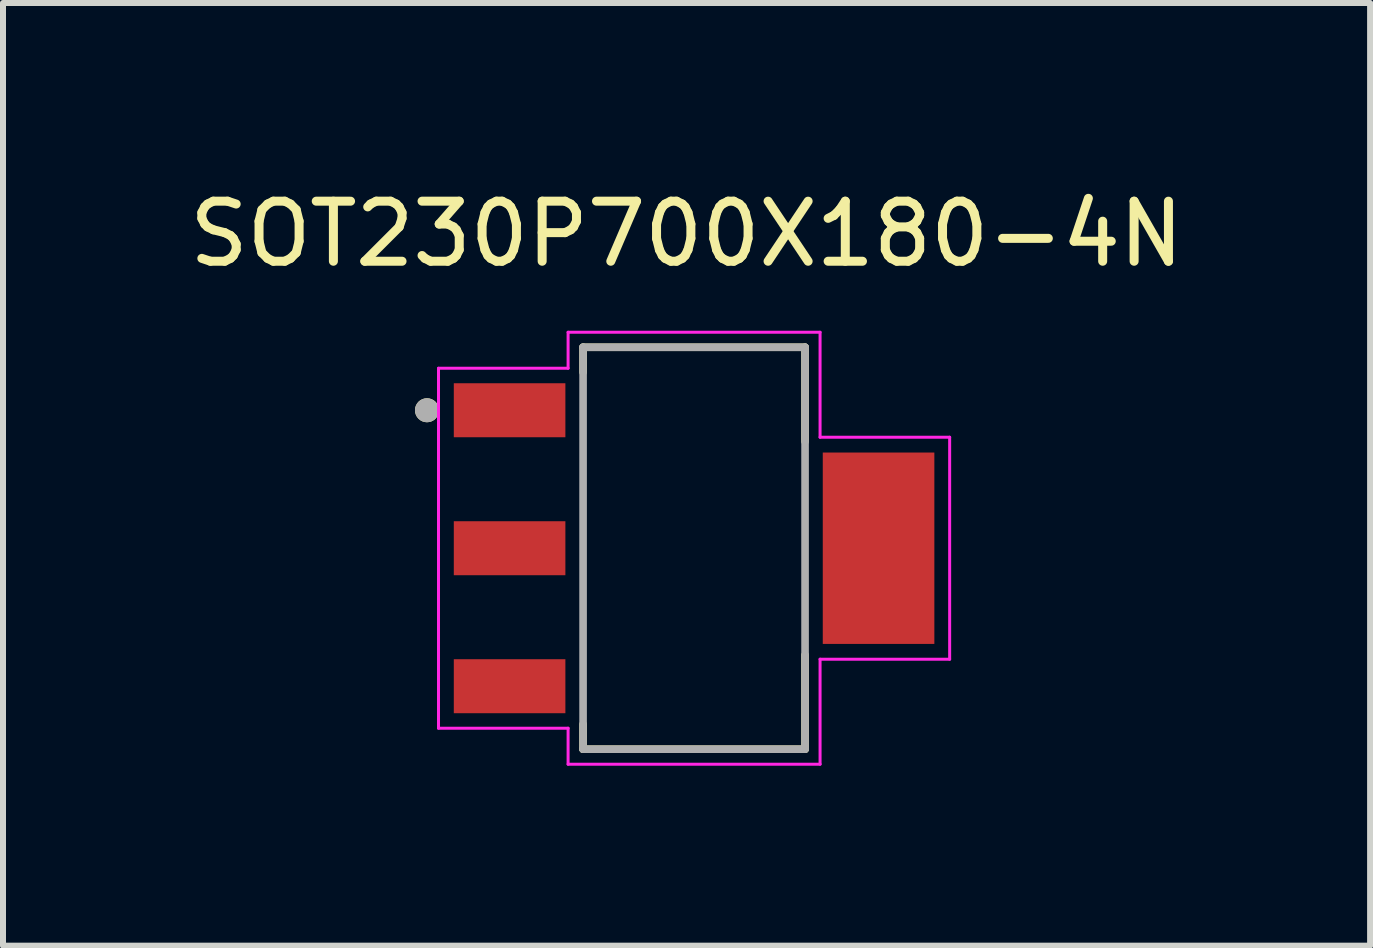
<source format=kicad_pcb>
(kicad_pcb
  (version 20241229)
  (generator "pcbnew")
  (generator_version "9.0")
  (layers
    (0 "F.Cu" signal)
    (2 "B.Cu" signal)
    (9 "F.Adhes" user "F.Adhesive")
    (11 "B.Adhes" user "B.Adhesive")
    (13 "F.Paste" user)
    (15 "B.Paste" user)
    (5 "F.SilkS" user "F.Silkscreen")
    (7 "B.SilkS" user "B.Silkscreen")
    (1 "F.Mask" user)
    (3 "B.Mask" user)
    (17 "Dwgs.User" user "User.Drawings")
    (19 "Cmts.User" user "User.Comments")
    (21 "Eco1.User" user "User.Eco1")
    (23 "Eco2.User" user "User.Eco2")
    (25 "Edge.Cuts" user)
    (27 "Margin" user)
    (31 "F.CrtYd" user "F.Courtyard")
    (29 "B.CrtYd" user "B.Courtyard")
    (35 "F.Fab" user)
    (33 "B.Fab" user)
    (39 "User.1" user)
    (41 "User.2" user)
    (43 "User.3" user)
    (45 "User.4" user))
  (footprint "SOT230P700X180-4N"
    (layer "F.Cu")
    (at 8.519 6.088)
    (property "Reference" "SOT230P700X180-4N" (at -0.125 -5.239 0) (layer "F.SilkS") (effects (font (size 1.001 1.001) (thickness 0.15))))
    (attr through_hole)
    (fp_line (start -1.85 -3.35) (end 1.85 -3.35) (stroke (width 0.127) (type solid)) (layer "F.SilkS"))
    (fp_line (start -1.85 -2.933) (end -1.85 -3.35) (stroke (width 0.127) (type solid)) (layer "F.SilkS"))
    (fp_line (start -1.85 2.933) (end -1.85 3.35) (stroke (width 0.127) (type solid)) (layer "F.SilkS"))
    (fp_line (start -1.85 3.35) (end 1.85 3.35) (stroke (width 0.127) (type solid)) (layer "F.SilkS"))
    (fp_line (start 1.85 -3.35) (end 1.85 -1.778) (stroke (width 0.127) (type solid)) (layer "F.SilkS"))
    (fp_line (start 1.85 3.35) (end 1.85 1.778) (stroke (width 0.127) (type solid)) (layer "F.SilkS"))
    (fp_circle (center -4.452 -2.3) (end -4.352 -2.3) (stroke (width 0.2) (type solid)) (fill no) (layer "F.SilkS"))
    (fp_line (start -4.26 -3) (end -4.26 3) (stroke (width 0.05) (type solid)) (layer "F.CrtYd"))
    (fp_line (start -4.26 3) (end -2.1 3) (stroke (width 0.05) (type solid)) (layer "F.CrtYd"))
    (fp_line (start -2.1 -3.6) (end -2.1 -3) (stroke (width 0.05) (type solid)) (layer "F.CrtYd"))
    (fp_line (start -2.1 -3) (end -4.26 -3) (stroke (width 0.05) (type solid)) (layer "F.CrtYd"))
    (fp_line (start -2.1 3) (end -2.1 3.6) (stroke (width 0.05) (type solid)) (layer "F.CrtYd"))
    (fp_line (start -2.1 3.6) (end 2.1 3.6) (stroke (width 0.05) (type solid)) (layer "F.CrtYd"))
    (fp_line (start 2.1 -3.6) (end -2.1 -3.6) (stroke (width 0.05) (type solid)) (layer "F.CrtYd"))
    (fp_line (start 2.1 -1.85) (end 2.1 -3.6) (stroke (width 0.05) (type solid)) (layer "F.CrtYd"))
    (fp_line (start 2.1 1.85) (end 4.26 1.85) (stroke (width 0.05) (type solid)) (layer "F.CrtYd"))
    (fp_line (start 2.1 3.6) (end 2.1 1.85) (stroke (width 0.05) (type solid)) (layer "F.CrtYd"))
    (fp_line (start 4.26 -1.85) (end 2.1 -1.85) (stroke (width 0.05) (type solid)) (layer "F.CrtYd"))
    (fp_line (start 4.26 1.85) (end 4.26 -1.85) (stroke (width 0.05) (type solid)) (layer "F.CrtYd"))
    (fp_line (start -1.85 -3.35) (end 1.85 -3.35) (stroke (width 0.127) (type solid)) (layer "F.Fab"))
    (fp_line (start -1.85 3.35) (end -1.85 -3.35) (stroke (width 0.127) (type solid)) (layer "F.Fab"))
    (fp_line (start -1.85 3.35) (end 1.85 3.35) (stroke (width 0.127) (type solid)) (layer "F.Fab"))
    (fp_line (start 1.85 -3.35) (end 1.85 3.35) (stroke (width 0.127) (type solid)) (layer "F.Fab"))
    (fp_circle (center -4.452 -2.3) (end -4.352 -2.3) (stroke (width 0.2) (type solid)) (fill no) (layer "F.Fab"))
    (pad "1" smd rect (at -3.075 -2.3 180) (size 1.86 0.9) (layers "F.Cu" "F.Mask" "F.Paste"))
    (pad "2" smd rect (at -3.075 0 180) (size 1.86 0.9) (layers "F.Cu" "F.Mask" "F.Paste"))
    (pad "3" smd rect (at -3.075 2.3 180) (size 1.86 0.9) (layers "F.Cu" "F.Mask" "F.Paste"))
    (pad "4" smd rect (at 3.075 0) (size 1.86 3.19) (layers "F.Cu" "F.Mask" "F.Paste")))
  (gr_rect
    (start -3 -3)
    (end 19.787 12.713)
    (stroke (width 0.1) (type default))
    (fill no)
    (layer "Edge.Cuts")))
</source>
